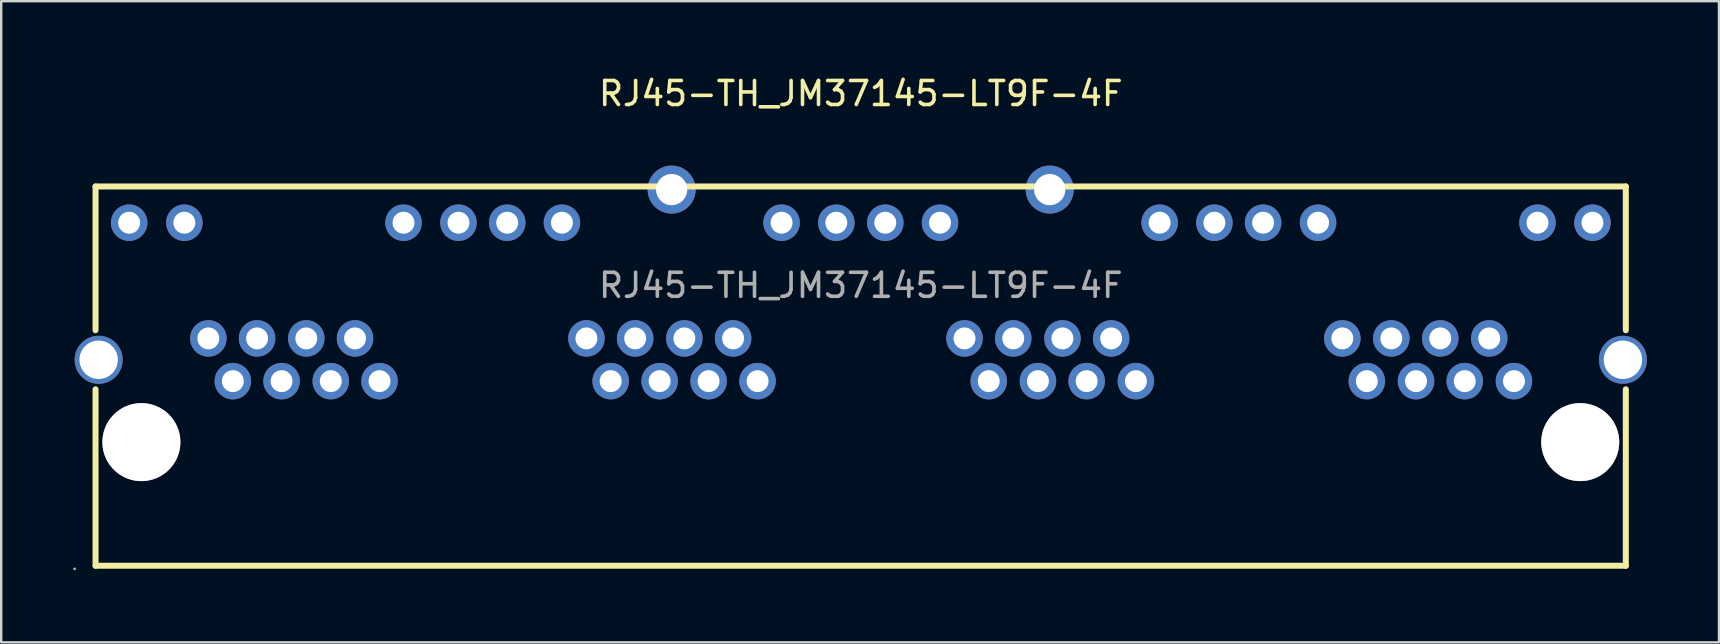
<source format=kicad_pcb>
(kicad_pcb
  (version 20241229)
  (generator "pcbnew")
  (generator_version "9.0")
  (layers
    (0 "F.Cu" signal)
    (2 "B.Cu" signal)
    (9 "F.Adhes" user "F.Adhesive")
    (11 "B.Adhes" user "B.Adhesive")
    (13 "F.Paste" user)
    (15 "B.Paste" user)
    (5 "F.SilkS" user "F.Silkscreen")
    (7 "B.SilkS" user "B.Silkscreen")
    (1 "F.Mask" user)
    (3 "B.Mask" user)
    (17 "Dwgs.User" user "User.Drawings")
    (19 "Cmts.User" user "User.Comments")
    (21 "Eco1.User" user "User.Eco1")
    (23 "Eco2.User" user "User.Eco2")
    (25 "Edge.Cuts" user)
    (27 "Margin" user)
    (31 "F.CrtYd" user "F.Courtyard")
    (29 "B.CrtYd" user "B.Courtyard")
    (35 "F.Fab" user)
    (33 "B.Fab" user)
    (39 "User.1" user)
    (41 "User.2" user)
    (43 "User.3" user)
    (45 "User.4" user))
  (footprint "RJ45-TH_JM37145-LT9F-4F"
    (layer "F.Cu")
    (at 32.81 8.838)
    (property "Reference" "RJ45-TH_JM37145-LT9F-4F" (at 0 -7.99 0) (layer "F.SilkS") (effects (font (size 1 1) (thickness 0.15))))
    (attr through_hole)
    (fp_line (start -31.88 -4.12) (end -31.88 1.87) (stroke (width 0.25) (type solid)) (layer "F.SilkS"))
    (fp_line (start -31.88 4.33) (end -31.88 11.68) (stroke (width 0.25) (type solid)) (layer "F.SilkS"))
    (fp_line (start 31.87 -4.12) (end -31.88 -4.12) (stroke (width 0.25) (type solid)) (layer "F.SilkS"))
    (fp_line (start 31.87 -4.12) (end 31.87 1.87) (stroke (width 0.25) (type solid)) (layer "F.SilkS"))
    (fp_line (start 31.87 4.33) (end 31.87 11.68) (stroke (width 0.25) (type solid)) (layer "F.SilkS"))
    (fp_line (start 31.87 11.68) (end -31.88 11.68) (stroke (width 0.25) (type solid)) (layer "F.SilkS"))
    (fp_circle (center -32.75 11.81) (end -32.72 11.81) (stroke (width 0.06) (type solid)) (fill no) (layer "F.Fab"))
    (fp_circle (center -31.75 3.1) (end -31.4 3.1) (stroke (width 0.7) (type solid)) (fill no) (layer "F.Fab"))
    (fp_circle (center -30.48 -2.61) (end -30.3 -2.61) (stroke (width 0.36) (type solid)) (fill no) (layer "F.Fab"))
    (fp_circle (center -29.97 6.53) (end -29.21 6.53) (stroke (width 1.52) (type solid)) (fill no) (layer "F.Fab"))
    (fp_circle (center -28.18 -2.61) (end -28 -2.61) (stroke (width 0.36) (type solid)) (fill no) (layer "F.Fab"))
    (fp_circle (center -27.18 2.21) (end -27 2.21) (stroke (width 0.36) (type solid)) (fill no) (layer "F.Fab"))
    (fp_circle (center -26.16 3.99) (end -25.98 3.99) (stroke (width 0.36) (type solid)) (fill no) (layer "F.Fab"))
    (fp_circle (center -25.15 2.21) (end -24.97 2.21) (stroke (width 0.36) (type solid)) (fill no) (layer "F.Fab"))
    (fp_circle (center -24.13 3.99) (end -23.95 3.99) (stroke (width 0.36) (type solid)) (fill no) (layer "F.Fab"))
    (fp_circle (center -23.1 2.21) (end -22.92 2.21) (stroke (width 0.36) (type solid)) (fill no) (layer "F.Fab"))
    (fp_circle (center -22.08 3.99) (end -21.9 3.99) (stroke (width 0.36) (type solid)) (fill no) (layer "F.Fab"))
    (fp_circle (center -21.07 2.21) (end -20.89 2.21) (stroke (width 0.36) (type solid)) (fill no) (layer "F.Fab"))
    (fp_circle (center -20.05 3.99) (end -19.87 3.99) (stroke (width 0.36) (type solid)) (fill no) (layer "F.Fab"))
    (fp_circle (center -19.05 -2.61) (end -18.87 -2.61) (stroke (width 0.36) (type solid)) (fill no) (layer "F.Fab"))
    (fp_circle (center -16.76 -2.61) (end -16.58 -2.61) (stroke (width 0.36) (type solid)) (fill no) (layer "F.Fab"))
    (fp_circle (center -14.73 -2.61) (end -14.55 -2.61) (stroke (width 0.36) (type solid)) (fill no) (layer "F.Fab"))
    (fp_circle (center -12.45 -2.61) (end -12.27 -2.61) (stroke (width 0.36) (type solid)) (fill no) (layer "F.Fab"))
    (fp_circle (center -11.43 2.21) (end -11.25 2.21) (stroke (width 0.36) (type solid)) (fill no) (layer "F.Fab"))
    (fp_circle (center -10.42 3.99) (end -10.24 3.99) (stroke (width 0.36) (type solid)) (fill no) (layer "F.Fab"))
    (fp_circle (center -9.4 2.21) (end -9.22 2.21) (stroke (width 0.36) (type solid)) (fill no) (layer "F.Fab"))
    (fp_circle (center -8.38 3.99) (end -8.2 3.99) (stroke (width 0.36) (type solid)) (fill no) (layer "F.Fab"))
    (fp_circle (center -7.88 -3.99) (end -7.6 -3.99) (stroke (width 0.55) (type solid)) (fill no) (layer "F.Fab"))
    (fp_circle (center -7.35 2.21) (end -7.17 2.21) (stroke (width 0.36) (type solid)) (fill no) (layer "F.Fab"))
    (fp_circle (center -6.34 3.99) (end -6.16 3.99) (stroke (width 0.36) (type solid)) (fill no) (layer "F.Fab"))
    (fp_circle (center -5.32 2.21) (end -5.14 2.21) (stroke (width 0.36) (type solid)) (fill no) (layer "F.Fab"))
    (fp_circle (center -4.3 3.99) (end -4.12 3.99) (stroke (width 0.36) (type solid)) (fill no) (layer "F.Fab"))
    (fp_circle (center -3.3 -2.61) (end -3.12 -2.61) (stroke (width 0.36) (type solid)) (fill no) (layer "F.Fab"))
    (fp_circle (center -1.02 -2.61) (end -0.84 -2.61) (stroke (width 0.36) (type solid)) (fill no) (layer "F.Fab"))
    (fp_circle (center 1.02 -2.61) (end 1.2 -2.61) (stroke (width 0.36) (type solid)) (fill no) (layer "F.Fab"))
    (fp_circle (center 3.3 -2.61) (end 3.48 -2.61) (stroke (width 0.36) (type solid)) (fill no) (layer "F.Fab"))
    (fp_circle (center 4.32 2.21) (end 4.5 2.21) (stroke (width 0.36) (type solid)) (fill no) (layer "F.Fab"))
    (fp_circle (center 5.33 3.99) (end 5.51 3.99) (stroke (width 0.36) (type solid)) (fill no) (layer "F.Fab"))
    (fp_circle (center 6.35 2.21) (end 6.53 2.21) (stroke (width 0.36) (type solid)) (fill no) (layer "F.Fab"))
    (fp_circle (center 7.38 3.99) (end 7.56 3.99) (stroke (width 0.36) (type solid)) (fill no) (layer "F.Fab"))
    (fp_circle (center 7.87 -3.99) (end 8.15 -3.99) (stroke (width 0.55) (type solid)) (fill no) (layer "F.Fab"))
    (fp_circle (center 8.4 2.21) (end 8.58 2.21) (stroke (width 0.36) (type solid)) (fill no) (layer "F.Fab"))
    (fp_circle (center 9.41 3.99) (end 9.59 3.99) (stroke (width 0.36) (type solid)) (fill no) (layer "F.Fab"))
    (fp_circle (center 10.43 2.21) (end 10.61 2.21) (stroke (width 0.36) (type solid)) (fill no) (layer "F.Fab"))
    (fp_circle (center 11.46 3.99) (end 11.64 3.99) (stroke (width 0.36) (type solid)) (fill no) (layer "F.Fab"))
    (fp_circle (center 12.45 -2.61) (end 12.63 -2.61) (stroke (width 0.36) (type solid)) (fill no) (layer "F.Fab"))
    (fp_circle (center 14.73 -2.61) (end 14.91 -2.61) (stroke (width 0.36) (type solid)) (fill no) (layer "F.Fab"))
    (fp_circle (center 16.76 -2.61) (end 16.94 -2.61) (stroke (width 0.36) (type solid)) (fill no) (layer "F.Fab"))
    (fp_circle (center 19.05 -2.61) (end 19.23 -2.61) (stroke (width 0.36) (type solid)) (fill no) (layer "F.Fab"))
    (fp_circle (center 20.06 2.21) (end 20.24 2.21) (stroke (width 0.36) (type solid)) (fill no) (layer "F.Fab"))
    (fp_circle (center 21.08 3.99) (end 21.26 3.99) (stroke (width 0.36) (type solid)) (fill no) (layer "F.Fab"))
    (fp_circle (center 22.1 2.21) (end 22.28 2.21) (stroke (width 0.36) (type solid)) (fill no) (layer "F.Fab"))
    (fp_circle (center 23.13 3.99) (end 23.31 3.99) (stroke (width 0.36) (type solid)) (fill no) (layer "F.Fab"))
    (fp_circle (center 24.14 2.21) (end 24.32 2.21) (stroke (width 0.36) (type solid)) (fill no) (layer "F.Fab"))
    (fp_circle (center 25.16 3.99) (end 25.34 3.99) (stroke (width 0.36) (type solid)) (fill no) (layer "F.Fab"))
    (fp_circle (center 26.18 2.21) (end 26.36 2.21) (stroke (width 0.36) (type solid)) (fill no) (layer "F.Fab"))
    (fp_circle (center 27.21 3.99) (end 27.39 3.99) (stroke (width 0.36) (type solid)) (fill no) (layer "F.Fab"))
    (fp_circle (center 28.19 -2.61) (end 28.37 -2.61) (stroke (width 0.36) (type solid)) (fill no) (layer "F.Fab"))
    (fp_circle (center 29.97 6.53) (end 30.73 6.53) (stroke (width 1.52) (type solid)) (fill no) (layer "F.Fab"))
    (fp_circle (center 30.48 -2.61) (end 30.66 -2.61) (stroke (width 0.36) (type solid)) (fill no) (layer "F.Fab"))
    (fp_circle (center 31.75 3.1) (end 32.1 3.1) (stroke (width 0.7) (type solid)) (fill no) (layer "F.Fab"))
    (fp_text user "${REFERENCE}" (at 0 0 0) (layer "F.Fab") (effects (font (size 1 1) (thickness 0.15))))
    (pad "" thru_hole circle (at -29.97 6.53) (size 3.25 3.25) (drill 3.25) (layers "*.Cu" "*.Mask"))
    (pad "" thru_hole circle (at 29.97 6.53) (size 3.25 3.25) (drill 3.25) (layers "*.Cu" "*.Mask"))
    (pad "1" thru_hole circle (at -20.05 3.99) (size 1.52 1.52) (drill 0.914) (layers "*.Cu" "*.Mask"))
    (pad "2" thru_hole circle (at -21.07 2.21) (size 1.52 1.52) (drill 0.914) (layers "*.Cu" "*.Mask"))
    (pad "3" thru_hole circle (at -22.08 3.99) (size 1.52 1.52) (drill 0.914) (layers "*.Cu" "*.Mask"))
    (pad "4" thru_hole circle (at -23.1 2.21) (size 1.52 1.52) (drill 0.914) (layers "*.Cu" "*.Mask"))
    (pad "5" thru_hole circle (at -24.13 3.99) (size 1.52 1.52) (drill 0.914) (layers "*.Cu" "*.Mask"))
    (pad "6" thru_hole circle (at -25.15 2.21) (size 1.52 1.52) (drill 0.914) (layers "*.Cu" "*.Mask"))
    (pad "7" thru_hole circle (at -26.16 3.99) (size 1.52 1.52) (drill 0.914) (layers "*.Cu" "*.Mask"))
    (pad "8" thru_hole circle (at -27.18 2.21) (size 1.52 1.52) (drill 0.914) (layers "*.Cu" "*.Mask"))
    (pad "9" thru_hole circle (at -30.48 -2.61) (size 1.52 1.52) (drill 0.914) (layers "*.Cu" "*.Mask"))
    (pad "10" thru_hole circle (at -28.18 -2.61) (size 1.52 1.52) (drill 0.914) (layers "*.Cu" "*.Mask"))
    (pad "11" thru_hole circle (at -19.05 -2.61) (size 1.52 1.52) (drill 0.914) (layers "*.Cu" "*.Mask"))
    (pad "12" thru_hole circle (at -16.76 -2.61) (size 1.52 1.52) (drill 0.914) (layers "*.Cu" "*.Mask"))
    (pad "13" thru_hole circle (at -4.3 3.99) (size 1.52 1.52) (drill 0.914) (layers "*.Cu" "*.Mask"))
    (pad "14" thru_hole circle (at -5.32 2.21) (size 1.52 1.52) (drill 0.914) (layers "*.Cu" "*.Mask"))
    (pad "15" thru_hole circle (at -6.34 3.99) (size 1.52 1.52) (drill 0.914) (layers "*.Cu" "*.Mask"))
    (pad "16" thru_hole circle (at -7.35 2.21) (size 1.52 1.52) (drill 0.914) (layers "*.Cu" "*.Mask"))
    (pad "17" thru_hole circle (at -8.38 3.99) (size 1.52 1.52) (drill 0.914) (layers "*.Cu" "*.Mask"))
    (pad "18" thru_hole circle (at -9.4 2.21) (size 1.52 1.52) (drill 0.914) (layers "*.Cu" "*.Mask"))
    (pad "19" thru_hole circle (at -10.42 3.99) (size 1.52 1.52) (drill 0.914) (layers "*.Cu" "*.Mask"))
    (pad "20" thru_hole circle (at -11.43 2.21) (size 1.52 1.52) (drill 0.914) (layers "*.Cu" "*.Mask"))
    (pad "21" thru_hole circle (at -14.73 -2.61) (size 1.52 1.52) (drill 0.914) (layers "*.Cu" "*.Mask"))
    (pad "22" thru_hole circle (at -12.45 -2.61) (size 1.52 1.52) (drill 0.914) (layers "*.Cu" "*.Mask"))
    (pad "23" thru_hole circle (at -3.3 -2.61) (size 1.52 1.52) (drill 0.914) (layers "*.Cu" "*.Mask"))
    (pad "24" thru_hole circle (at -1.02 -2.61) (size 1.52 1.52) (drill 0.914) (layers "*.Cu" "*.Mask"))
    (pad "25" thru_hole circle (at 11.46 3.99) (size 1.52 1.52) (drill 0.914) (layers "*.Cu" "*.Mask"))
    (pad "26" thru_hole circle (at 10.43 2.21) (size 1.52 1.52) (drill 0.914) (layers "*.Cu" "*.Mask"))
    (pad "27" thru_hole circle (at 9.41 3.99) (size 1.52 1.52) (drill 0.914) (layers "*.Cu" "*.Mask"))
    (pad "28" thru_hole circle (at 8.4 2.21) (size 1.52 1.52) (drill 0.914) (layers "*.Cu" "*.Mask"))
    (pad "29" thru_hole circle (at 7.38 3.99) (size 1.52 1.52) (drill 0.914) (layers "*.Cu" "*.Mask"))
    (pad "30" thru_hole circle (at 6.35 2.21) (size 1.52 1.52) (drill 0.914) (layers "*.Cu" "*.Mask"))
    (pad "31" thru_hole circle (at 5.33 3.99) (size 1.52 1.52) (drill 0.914) (layers "*.Cu" "*.Mask"))
    (pad "32" thru_hole circle (at 4.32 2.21) (size 1.52 1.52) (drill 0.914) (layers "*.Cu" "*.Mask"))
    (pad "33" thru_hole circle (at 1.02 -2.61) (size 1.52 1.52) (drill 0.914) (layers "*.Cu" "*.Mask"))
    (pad "34" thru_hole circle (at 3.3 -2.61) (size 1.52 1.52) (drill 0.914) (layers "*.Cu" "*.Mask"))
    (pad "35" thru_hole circle (at 12.45 -2.61) (size 1.52 1.52) (drill 0.914) (layers "*.Cu" "*.Mask"))
    (pad "36" thru_hole circle (at 14.73 -2.61) (size 1.52 1.52) (drill 0.914) (layers "*.Cu" "*.Mask"))
    (pad "37" thru_hole circle (at 27.21 3.99) (size 1.52 1.52) (drill 0.914) (layers "*.Cu" "*.Mask"))
    (pad "38" thru_hole circle (at 26.18 2.21) (size 1.52 1.52) (drill 0.914) (layers "*.Cu" "*.Mask"))
    (pad "39" thru_hole circle (at 25.16 3.99) (size 1.52 1.52) (drill 0.914) (layers "*.Cu" "*.Mask"))
    (pad "40" thru_hole circle (at 24.14 2.21) (size 1.52 1.52) (drill 0.914) (layers "*.Cu" "*.Mask"))
    (pad "41" thru_hole circle (at 23.13 3.99) (size 1.52 1.52) (drill 0.914) (layers "*.Cu" "*.Mask"))
    (pad "42" thru_hole circle (at 22.1 2.21) (size 1.52 1.52) (drill 0.914) (layers "*.Cu" "*.Mask"))
    (pad "43" thru_hole circle (at 21.08 3.99) (size 1.52 1.52) (drill 0.914) (layers "*.Cu" "*.Mask"))
    (pad "44" thru_hole circle (at 20.06 2.21) (size 1.52 1.52) (drill 0.914) (layers "*.Cu" "*.Mask"))
    (pad "45" thru_hole circle (at 16.76 -2.61) (size 1.52 1.52) (drill 0.914) (layers "*.Cu" "*.Mask"))
    (pad "46" thru_hole circle (at 19.05 -2.61) (size 1.52 1.52) (drill 0.914) (layers "*.Cu" "*.Mask"))
    (pad "47" thru_hole circle (at 28.19 -2.61) (size 1.52 1.52) (drill 0.914) (layers "*.Cu" "*.Mask"))
    (pad "48" thru_hole circle (at 30.48 -2.61) (size 1.52 1.52) (drill 0.914) (layers "*.Cu" "*.Mask"))
    (pad "49" thru_hole circle (at -7.88 -3.99) (size 2 2) (drill 1.3) (layers "*.Cu" "*.Mask"))
    (pad "50" thru_hole circle (at 7.87 -3.99) (size 2 2) (drill 1.3) (layers "*.Cu" "*.Mask"))
    (pad "51" thru_hole circle (at -31.75 3.1) (size 2 2) (drill 1.6) (layers "*.Cu" "*.Mask"))
    (pad "52" thru_hole circle (at 31.75 3.1) (size 2 2) (drill 1.6) (layers "*.Cu" "*.Mask")))
  (gr_rect
    (start -3 -3)
    (end 68.56 23.708)
    (stroke (width 0.1) (type default))
    (fill no)
    (layer "Edge.Cuts")))
</source>
